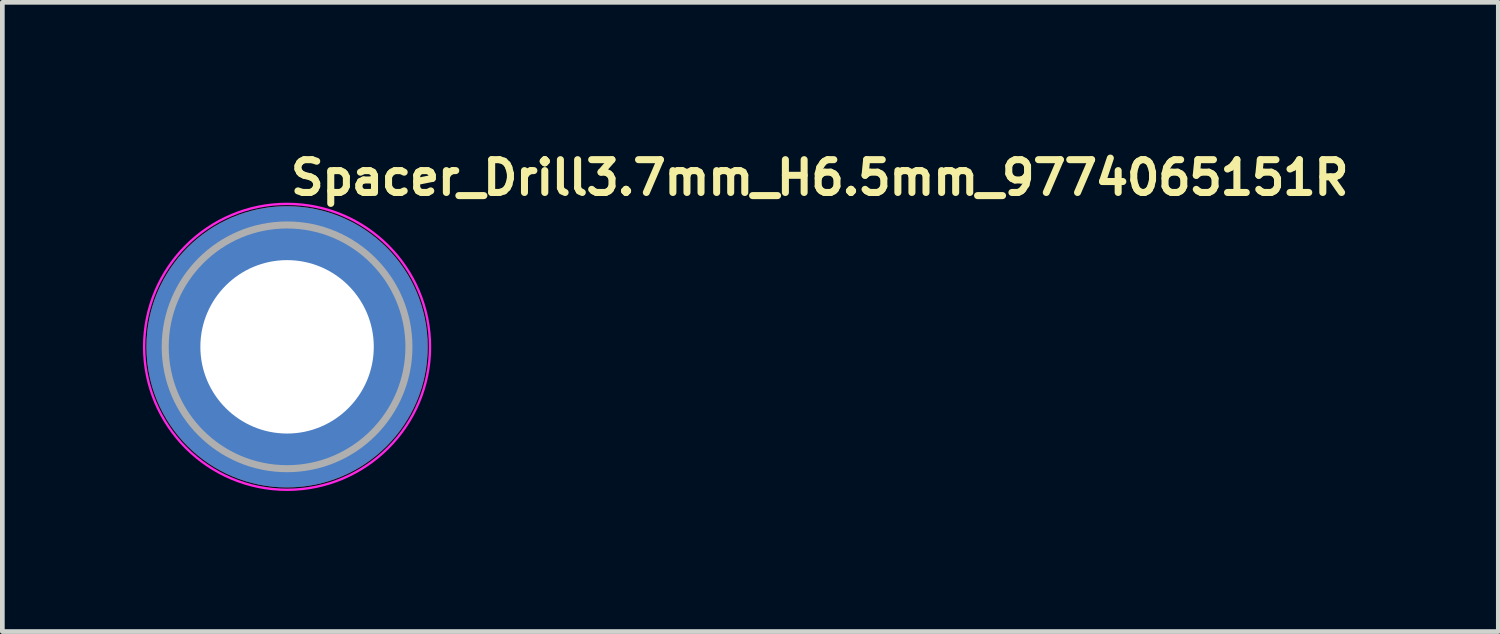
<source format=kicad_pcb>
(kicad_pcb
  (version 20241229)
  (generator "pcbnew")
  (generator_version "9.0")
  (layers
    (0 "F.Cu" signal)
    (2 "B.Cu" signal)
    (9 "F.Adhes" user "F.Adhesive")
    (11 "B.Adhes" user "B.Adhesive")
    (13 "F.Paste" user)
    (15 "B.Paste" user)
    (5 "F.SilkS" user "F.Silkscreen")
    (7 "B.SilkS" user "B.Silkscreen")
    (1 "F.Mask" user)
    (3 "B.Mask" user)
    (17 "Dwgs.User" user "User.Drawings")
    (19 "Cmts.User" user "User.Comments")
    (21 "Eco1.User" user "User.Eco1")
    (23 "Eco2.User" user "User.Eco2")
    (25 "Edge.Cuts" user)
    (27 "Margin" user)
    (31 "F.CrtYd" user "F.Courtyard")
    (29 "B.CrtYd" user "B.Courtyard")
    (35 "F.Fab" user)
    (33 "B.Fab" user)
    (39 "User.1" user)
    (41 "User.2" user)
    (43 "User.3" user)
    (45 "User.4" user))
  (footprint "Spacer_Drill3.7mm_H6.5mm_9774065151R"
    (layer "F.Cu")
    (at 3.075 4.35)
    (property "Reference" "Spacer_Drill3.7mm_H6.5mm_9774065151R" (at 0 -3.2 0) (layer "F.SilkS") (effects (font (size 0.7 0.7) (thickness 0.15)) (justify left bottom)))
    (attr smd)
    (fp_circle (center 0 0) (end 3.05 0) (stroke (width 0.05) (type solid)) (fill no) (layer "F.CrtYd"))
    (fp_circle (center 0 0) (end 2.6 0) (stroke (width 0.15) (type solid)) (fill no) (layer "F.Fab"))
    (fp_circle (center 0 0) (end 2.6 0) (stroke (width 0.1) (type solid)) (fill no) (layer "User.5"))
    (fp_circle (center 0 0) (end 1 0) (stroke (width 0.02) (type default)) (fill no) (layer "User.9"))
    (fp_circle (center 0 0) (end 2.55 0) (stroke (width 0.02) (type default)) (fill no) (layer "User.9"))
    (pad "" smd custom (at -1.7 -1.7) (size 0.62 0.62) (layers "F.Paste") (options (anchor circle)) (primitives (gr_arc (start -0.250195 1.279127) (mid 0.285453 0.294389) (end 1.266786 -0.24747) (width 0.2)) (gr_arc (start -0.34334 1.279127) (mid 0.218448 0.232561) (end 1.259603 -0.339191) (width 0.2)) (gr_arc (start -0.436309 1.279127) (mid 0.152481 0.169693) (end 1.255279 -0.431435) (width 0.2)) (gr_arc (start -0.529126 1.279127) (mid 0.087542 0.105784) (end 1.253811 -0.524161) (width 0.2)) (gr_arc (start -0.621807 1.279127) (mid 0.0309 0.033527) (end 1.275473 -0.621136) (width 0.2)) (gr_arc (start -0.71437 1.279127) (mid -0.037758 -0.026651) (end 1.263664 -0.711602) (width 0.2)) (gr_arc (start -0.806826 1.279127) (mid -0.105837 -0.087395) (end 1.253435 -0.802342) (width 0.2)) (gr_arc (start -0.899187 1.279127) (mid -0.165236 -0.156885) (end 1.267475 -0.897258) (width 0.2)) (gr_arc (start -0.991463 1.279127) (mid -0.228522 -0.222449) (end 1.270645 -0.990112) (width 0.2)) (gr_arc (start -1.083663 1.279127) (mid -0.294507 -0.285313) (end 1.266278 -1.081674) (width 0.2)) (gr_line (start 1.279 -0.25) (end 1.279 -1.084) (width 0.2)) (gr_line (start -0.25 1.279) (end -1.084 1.279) (width 0.2))))
    (pad "" smd custom (at -1.7 1.7 90) (size 0.62 0.62) (layers "F.Paste") (options (anchor circle)) (primitives (gr_arc (start -0.250195 1.279127) (mid 0.285453 0.294389) (end 1.266786 -0.24747) (width 0.2)) (gr_arc (start -0.34334 1.279127) (mid 0.218448 0.232561) (end 1.259603 -0.339191) (width 0.2)) (gr_arc (start -0.436309 1.279127) (mid 0.152481 0.169693) (end 1.255279 -0.431435) (width 0.2)) (gr_arc (start -0.529126 1.279127) (mid 0.087542 0.105784) (end 1.253811 -0.524161) (width 0.2)) (gr_arc (start -0.621807 1.279127) (mid 0.0309 0.033527) (end 1.275473 -0.621136) (width 0.2)) (gr_arc (start -0.71437 1.279127) (mid -0.037758 -0.026651) (end 1.263664 -0.711602) (width 0.2)) (gr_arc (start -0.806826 1.279127) (mid -0.105837 -0.087395) (end 1.253435 -0.802342) (width 0.2)) (gr_arc (start -0.899187 1.279127) (mid -0.165236 -0.156885) (end 1.267475 -0.897258) (width 0.2)) (gr_arc (start -0.991463 1.279127) (mid -0.228522 -0.222449) (end 1.270645 -0.990112) (width 0.2)) (gr_arc (start -1.083663 1.279127) (mid -0.294507 -0.285313) (end 1.266278 -1.081674) (width 0.2)) (gr_line (start 1.279 -0.25) (end 1.279 -1.084) (width 0.2)) (gr_line (start -0.25 1.279) (end -1.084 1.279) (width 0.2))))
    (pad "" smd custom (at 1.7 -1.7 270) (size 0.62 0.62) (layers "F.Paste") (options (anchor circle)) (primitives (gr_arc (start -0.250195 1.279127) (mid 0.285453 0.294389) (end 1.266786 -0.24747) (width 0.2)) (gr_arc (start -0.34334 1.279127) (mid 0.218448 0.232561) (end 1.259603 -0.339191) (width 0.2)) (gr_arc (start -0.436309 1.279127) (mid 0.152481 0.169693) (end 1.255279 -0.431435) (width 0.2)) (gr_arc (start -0.529126 1.279127) (mid 0.087542 0.105784) (end 1.253811 -0.524161) (width 0.2)) (gr_arc (start -0.621807 1.279127) (mid 0.0309 0.033527) (end 1.275473 -0.621136) (width 0.2)) (gr_arc (start -0.71437 1.279127) (mid -0.037758 -0.026651) (end 1.263664 -0.711602) (width 0.2)) (gr_arc (start -0.806826 1.279127) (mid -0.105837 -0.087395) (end 1.253435 -0.802342) (width 0.2)) (gr_arc (start -0.899187 1.279127) (mid -0.165236 -0.156885) (end 1.267475 -0.897258) (width 0.2)) (gr_arc (start -0.991463 1.279127) (mid -0.228522 -0.222449) (end 1.270645 -0.990112) (width 0.2)) (gr_arc (start -1.083663 1.279127) (mid -0.294507 -0.285313) (end 1.266278 -1.081674) (width 0.2)) (gr_line (start 1.279 -0.25) (end 1.279 -1.084) (width 0.2)) (gr_line (start -0.25 1.279) (end -1.084 1.279) (width 0.2))))
    (pad "" smd custom (at 1.7 1.7 180) (size 0.62 0.62) (layers "F.Paste") (options (anchor circle)) (primitives (gr_arc (start -0.250195 1.279127) (mid 0.285453 0.294389) (end 1.266786 -0.24747) (width 0.2)) (gr_arc (start -0.34334 1.279127) (mid 0.218448 0.232561) (end 1.259603 -0.339191) (width 0.2)) (gr_arc (start -0.436309 1.279127) (mid 0.152481 0.169693) (end 1.255279 -0.431435) (width 0.2)) (gr_arc (start -0.529126 1.279127) (mid 0.087542 0.105784) (end 1.253811 -0.524161) (width 0.2)) (gr_arc (start -0.621807 1.279127) (mid 0.0309 0.033527) (end 1.275473 -0.621136) (width 0.2)) (gr_arc (start -0.71437 1.279127) (mid -0.037758 -0.026651) (end 1.263664 -0.711602) (width 0.2)) (gr_arc (start -0.806826 1.279127) (mid -0.105837 -0.087395) (end 1.253435 -0.802342) (width 0.2)) (gr_arc (start -0.899187 1.279127) (mid -0.165236 -0.156885) (end 1.267475 -0.897258) (width 0.2)) (gr_arc (start -0.991463 1.279127) (mid -0.228522 -0.222449) (end 1.270645 -0.990112) (width 0.2)) (gr_arc (start -1.083663 1.279127) (mid -0.294507 -0.285313) (end 1.266278 -1.081674) (width 0.2)) (gr_line (start 1.279 -0.25) (end 1.279 -1.084) (width 0.2)) (gr_line (start -0.25 1.279) (end -1.084 1.279) (width 0.2))))
    (pad "1" thru_hole circle (at 0 0) (size 6 6) (drill 3.7) (layers "*.Cu" "*.Mask")))
  (gr_rect
    (start -3 -3)
    (end 28.918 10.425)
    (stroke (width 0.1) (type default))
    (fill no)
    (layer "Edge.Cuts")))
</source>
